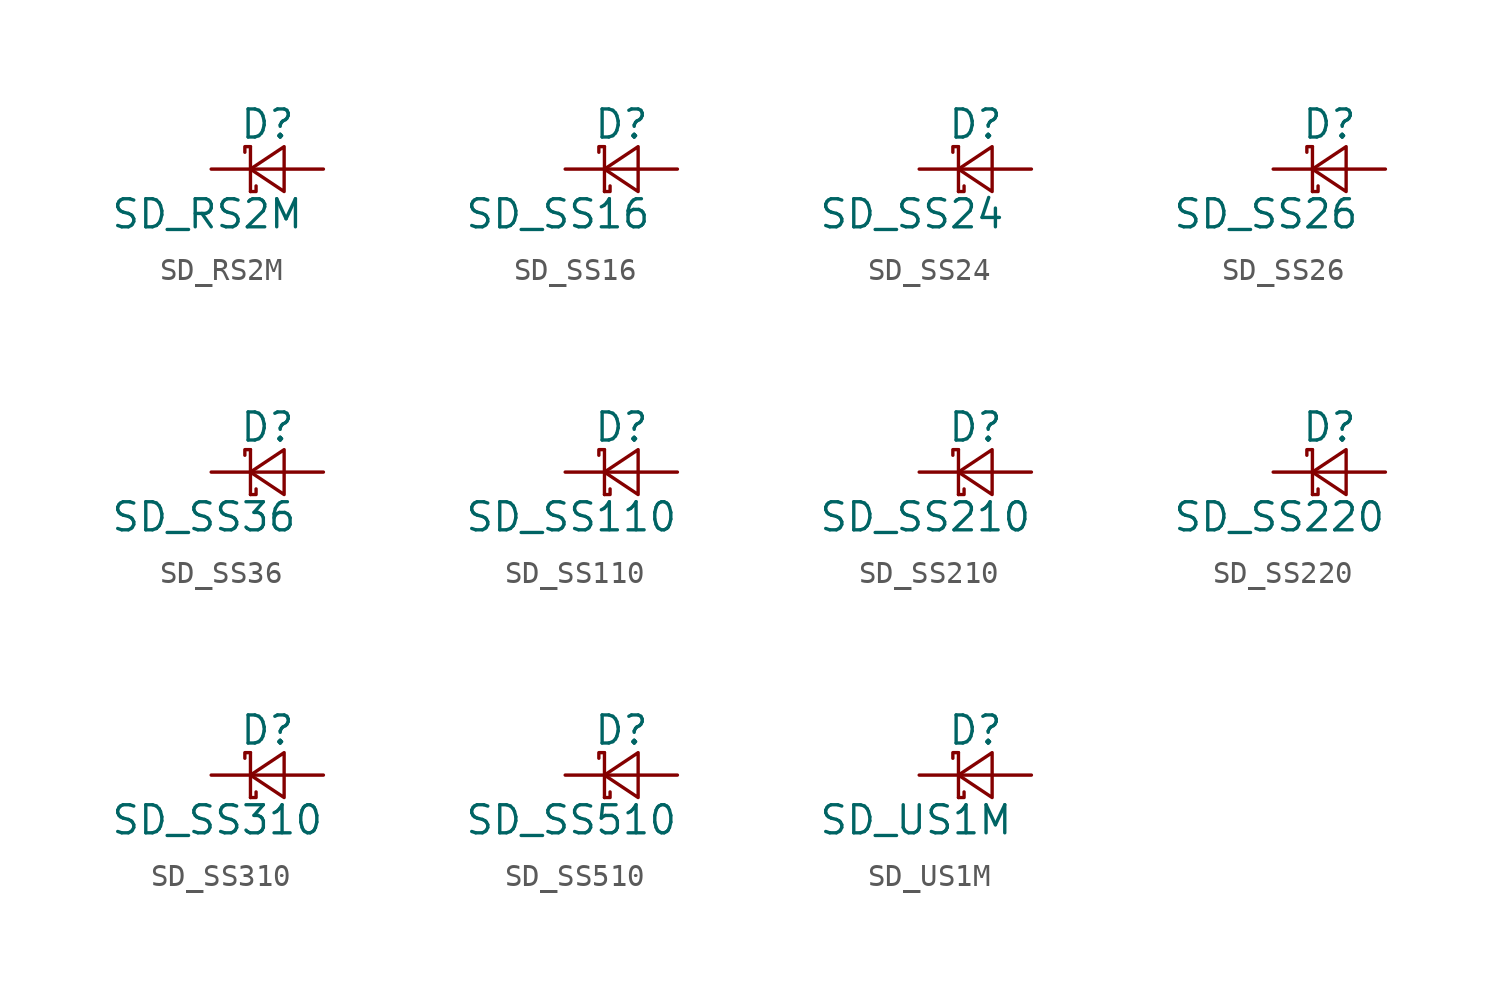
<source format=kicad_sym>
(kicad_symbol_lib
  (version 20211014)
  (generator kicad_symbol_editor)
  (symbol "SD_RS2M"
    (pin_numbers hide)
    (pin_names
      (offset 0.254) hide)
    (property "Reference" "D"
      (at -1.27 2.032 0)
      (effects (font (size 1.27 1.27)) (justify left)))
    (property "Value" "SD_RS2M"
      (at -7.112 -2.032 0)
      (effects (font (size 1.27 1.27)) (justify left)))
    (symbol "SD_RS2M_0_1"
      (polyline (pts (xy -0.762 -1.016) (xy -0.762 1.016)) (stroke (width 0) (type default) (color 0 0 0 0)) (fill (type none)))
      (polyline (pts (xy -0.762 0) (xy 0.762 0)) (stroke (width 0) (type default) (color 0 0 0 0)) (fill (type none)))
      (polyline (pts (xy -0.762 -1.016) (xy -0.508 -1.016) (xy -0.508 -0.762)) (stroke (width 0) (type default) (color 0 0 0 0)) (fill (type none)))
      (polyline (pts (xy -0.762 1.016) (xy -1.016 1.016) (xy -1.016 0.762)) (stroke (width 0) (type default) (color 0 0 0 0)) (fill (type none)))
      (polyline (pts (xy 0.762 -1.016) (xy -0.762 0) (xy 0.762 1.016) (xy 0.762 -1.016)) (stroke (width 0) (type default) (color 0 0 0 0)) (fill (type none))))
    (symbol "SD_RS2M_1_1"
      (pin passive line (at -2.54 0 0) (length 1.778) (name "K" (effects (font (size 1.27 1.27)))) (number "1" (effects (font (size 1.27 1.27)))))
      (pin passive line (at 2.54 0 180) (length 1.778) (name "A" (effects (font (size 1.27 1.27)))) (number "2" (effects (font (size 1.27 1.27)))))))
  (symbol "SD_SS16"
    (pin_numbers hide)
    (pin_names
      (offset 0.254) hide)
    (property "Reference" "D"
      (at -1.27 2.032 0)
      (effects (font (size 1.27 1.27)) (justify left)))
    (property "Value" "SD_SS16"
      (at -7.112 -2.032 0)
      (effects (font (size 1.27 1.27)) (justify left)))
    (symbol "SD_SS16_0_1"
      (polyline (pts (xy -0.762 -1.016) (xy -0.762 1.016)) (stroke (width 0) (type default) (color 0 0 0 0)) (fill (type none)))
      (polyline (pts (xy -0.762 0) (xy 0.762 0)) (stroke (width 0) (type default) (color 0 0 0 0)) (fill (type none)))
      (polyline (pts (xy -0.762 -1.016) (xy -0.508 -1.016) (xy -0.508 -0.762)) (stroke (width 0) (type default) (color 0 0 0 0)) (fill (type none)))
      (polyline (pts (xy -0.762 1.016) (xy -1.016 1.016) (xy -1.016 0.762)) (stroke (width 0) (type default) (color 0 0 0 0)) (fill (type none)))
      (polyline (pts (xy 0.762 -1.016) (xy -0.762 0) (xy 0.762 1.016) (xy 0.762 -1.016)) (stroke (width 0) (type default) (color 0 0 0 0)) (fill (type none))))
    (symbol "SD_SS16_1_1"
      (pin passive line (at -2.54 0 0) (length 1.778) (name "K" (effects (font (size 1.27 1.27)))) (number "1" (effects (font (size 1.27 1.27)))))
      (pin passive line (at 2.54 0 180) (length 1.778) (name "A" (effects (font (size 1.27 1.27)))) (number "2" (effects (font (size 1.27 1.27)))))))
  (symbol "SD_SS24"
    (pin_numbers hide)
    (pin_names
      (offset 0.254) hide)
    (property "Reference" "D"
      (at -1.27 2.032 0)
      (effects (font (size 1.27 1.27)) (justify left)))
    (property "Value" "SD_SS24"
      (at -7.112 -2.032 0)
      (effects (font (size 1.27 1.27)) (justify left)))
    (symbol "SD_SS24_0_1"
      (polyline (pts (xy -0.762 -1.016) (xy -0.762 1.016)) (stroke (width 0) (type default) (color 0 0 0 0)) (fill (type none)))
      (polyline (pts (xy -0.762 0) (xy 0.762 0)) (stroke (width 0) (type default) (color 0 0 0 0)) (fill (type none)))
      (polyline (pts (xy -0.762 -1.016) (xy -0.508 -1.016) (xy -0.508 -0.762)) (stroke (width 0) (type default) (color 0 0 0 0)) (fill (type none)))
      (polyline (pts (xy -0.762 1.016) (xy -1.016 1.016) (xy -1.016 0.762)) (stroke (width 0) (type default) (color 0 0 0 0)) (fill (type none)))
      (polyline (pts (xy 0.762 -1.016) (xy -0.762 0) (xy 0.762 1.016) (xy 0.762 -1.016)) (stroke (width 0) (type default) (color 0 0 0 0)) (fill (type none))))
    (symbol "SD_SS24_1_1"
      (pin passive line (at -2.54 0 0) (length 1.778) (name "K" (effects (font (size 1.27 1.27)))) (number "1" (effects (font (size 1.27 1.27)))))
      (pin passive line (at 2.54 0 180) (length 1.778) (name "A" (effects (font (size 1.27 1.27)))) (number "2" (effects (font (size 1.27 1.27)))))))
  (symbol "SD_SS26"
    (pin_numbers hide)
    (pin_names
      (offset 0.254) hide)
    (property "Reference" "D"
      (at -1.27 2.032 0)
      (effects (font (size 1.27 1.27)) (justify left)))
    (property "Value" "SD_SS26"
      (at -7.112 -2.032 0)
      (effects (font (size 1.27 1.27)) (justify left)))
    (symbol "SD_SS26_0_1"
      (polyline (pts (xy -0.762 -1.016) (xy -0.762 1.016)) (stroke (width 0) (type default) (color 0 0 0 0)) (fill (type none)))
      (polyline (pts (xy -0.762 0) (xy 0.762 0)) (stroke (width 0) (type default) (color 0 0 0 0)) (fill (type none)))
      (polyline (pts (xy -0.762 -1.016) (xy -0.508 -1.016) (xy -0.508 -0.762)) (stroke (width 0) (type default) (color 0 0 0 0)) (fill (type none)))
      (polyline (pts (xy -0.762 1.016) (xy -1.016 1.016) (xy -1.016 0.762)) (stroke (width 0) (type default) (color 0 0 0 0)) (fill (type none)))
      (polyline (pts (xy 0.762 -1.016) (xy -0.762 0) (xy 0.762 1.016) (xy 0.762 -1.016)) (stroke (width 0) (type default) (color 0 0 0 0)) (fill (type none))))
    (symbol "SD_SS26_1_1"
      (pin passive line (at -2.54 0 0) (length 1.778) (name "K" (effects (font (size 1.27 1.27)))) (number "1" (effects (font (size 1.27 1.27)))))
      (pin passive line (at 2.54 0 180) (length 1.778) (name "A" (effects (font (size 1.27 1.27)))) (number "2" (effects (font (size 1.27 1.27)))))))
  (symbol "SD_SS36"
    (pin_numbers hide)
    (pin_names
      (offset 0.254) hide)
    (property "Reference" "D"
      (at -1.27 2.032 0)
      (effects (font (size 1.27 1.27)) (justify left)))
    (property "Value" "SD_SS36"
      (at -7.112 -2.032 0)
      (effects (font (size 1.27 1.27)) (justify left)))
    (symbol "SD_SS36_0_1"
      (polyline (pts (xy -0.762 -1.016) (xy -0.762 1.016)) (stroke (width 0) (type default) (color 0 0 0 0)) (fill (type none)))
      (polyline (pts (xy -0.762 0) (xy 0.762 0)) (stroke (width 0) (type default) (color 0 0 0 0)) (fill (type none)))
      (polyline (pts (xy -0.762 -1.016) (xy -0.508 -1.016) (xy -0.508 -0.762)) (stroke (width 0) (type default) (color 0 0 0 0)) (fill (type none)))
      (polyline (pts (xy -0.762 1.016) (xy -1.016 1.016) (xy -1.016 0.762)) (stroke (width 0) (type default) (color 0 0 0 0)) (fill (type none)))
      (polyline (pts (xy 0.762 -1.016) (xy -0.762 0) (xy 0.762 1.016) (xy 0.762 -1.016)) (stroke (width 0) (type default) (color 0 0 0 0)) (fill (type none))))
    (symbol "SD_SS36_1_1"
      (pin passive line (at -2.54 0 0) (length 1.778) (name "K" (effects (font (size 1.27 1.27)))) (number "1" (effects (font (size 1.27 1.27)))))
      (pin passive line (at 2.54 0 180) (length 1.778) (name "A" (effects (font (size 1.27 1.27)))) (number "2" (effects (font (size 1.27 1.27)))))))
  (symbol "SD_SS110"
    (pin_numbers hide)
    (pin_names
      (offset 0.254) hide)
    (property "Reference" "D"
      (at -1.27 2.032 0)
      (effects (font (size 1.27 1.27)) (justify left)))
    (property "Value" "SD_SS110"
      (at -7.112 -2.032 0)
      (effects (font (size 1.27 1.27)) (justify left)))
    (symbol "SD_SS110_0_1"
      (polyline (pts (xy -0.762 -1.016) (xy -0.762 1.016)) (stroke (width 0) (type default) (color 0 0 0 0)) (fill (type none)))
      (polyline (pts (xy -0.762 0) (xy 0.762 0)) (stroke (width 0) (type default) (color 0 0 0 0)) (fill (type none)))
      (polyline (pts (xy -0.762 -1.016) (xy -0.508 -1.016) (xy -0.508 -0.762)) (stroke (width 0) (type default) (color 0 0 0 0)) (fill (type none)))
      (polyline (pts (xy -0.762 1.016) (xy -1.016 1.016) (xy -1.016 0.762)) (stroke (width 0) (type default) (color 0 0 0 0)) (fill (type none)))
      (polyline (pts (xy 0.762 -1.016) (xy -0.762 0) (xy 0.762 1.016) (xy 0.762 -1.016)) (stroke (width 0) (type default) (color 0 0 0 0)) (fill (type none))))
    (symbol "SD_SS110_1_1"
      (pin passive line (at -2.54 0 0) (length 1.778) (name "K" (effects (font (size 1.27 1.27)))) (number "1" (effects (font (size 1.27 1.27)))))
      (pin passive line (at 2.54 0 180) (length 1.778) (name "A" (effects (font (size 1.27 1.27)))) (number "2" (effects (font (size 1.27 1.27)))))))
  (symbol "SD_SS210"
    (pin_numbers hide)
    (pin_names
      (offset 0.254) hide)
    (property "Reference" "D"
      (at -1.27 2.032 0)
      (effects (font (size 1.27 1.27)) (justify left)))
    (property "Value" "SD_SS210"
      (at -7.112 -2.032 0)
      (effects (font (size 1.27 1.27)) (justify left)))
    (symbol "SD_SS210_0_1"
      (polyline (pts (xy -0.762 -1.016) (xy -0.762 1.016)) (stroke (width 0) (type default) (color 0 0 0 0)) (fill (type none)))
      (polyline (pts (xy -0.762 0) (xy 0.762 0)) (stroke (width 0) (type default) (color 0 0 0 0)) (fill (type none)))
      (polyline (pts (xy -0.762 -1.016) (xy -0.508 -1.016) (xy -0.508 -0.762)) (stroke (width 0) (type default) (color 0 0 0 0)) (fill (type none)))
      (polyline (pts (xy -0.762 1.016) (xy -1.016 1.016) (xy -1.016 0.762)) (stroke (width 0) (type default) (color 0 0 0 0)) (fill (type none)))
      (polyline (pts (xy 0.762 -1.016) (xy -0.762 0) (xy 0.762 1.016) (xy 0.762 -1.016)) (stroke (width 0) (type default) (color 0 0 0 0)) (fill (type none))))
    (symbol "SD_SS210_1_1"
      (pin passive line (at -2.54 0 0) (length 1.778) (name "K" (effects (font (size 1.27 1.27)))) (number "1" (effects (font (size 1.27 1.27)))))
      (pin passive line (at 2.54 0 180) (length 1.778) (name "A" (effects (font (size 1.27 1.27)))) (number "2" (effects (font (size 1.27 1.27)))))))
  (symbol "SD_SS220"
    (pin_numbers hide)
    (pin_names
      (offset 0.254) hide)
    (property "Reference" "D"
      (at -1.27 2.032 0)
      (effects (font (size 1.27 1.27)) (justify left)))
    (property "Value" "SD_SS220"
      (at -7.112 -2.032 0)
      (effects (font (size 1.27 1.27)) (justify left)))
    (symbol "SD_SS220_0_1"
      (polyline (pts (xy -0.762 -1.016) (xy -0.762 1.016)) (stroke (width 0) (type default) (color 0 0 0 0)) (fill (type none)))
      (polyline (pts (xy -0.762 0) (xy 0.762 0)) (stroke (width 0) (type default) (color 0 0 0 0)) (fill (type none)))
      (polyline (pts (xy -0.762 -1.016) (xy -0.508 -1.016) (xy -0.508 -0.762)) (stroke (width 0) (type default) (color 0 0 0 0)) (fill (type none)))
      (polyline (pts (xy -0.762 1.016) (xy -1.016 1.016) (xy -1.016 0.762)) (stroke (width 0) (type default) (color 0 0 0 0)) (fill (type none)))
      (polyline (pts (xy 0.762 -1.016) (xy -0.762 0) (xy 0.762 1.016) (xy 0.762 -1.016)) (stroke (width 0) (type default) (color 0 0 0 0)) (fill (type none))))
    (symbol "SD_SS220_1_1"
      (pin passive line (at -2.54 0 0) (length 1.778) (name "K" (effects (font (size 1.27 1.27)))) (number "1" (effects (font (size 1.27 1.27)))))
      (pin passive line (at 2.54 0 180) (length 1.778) (name "A" (effects (font (size 1.27 1.27)))) (number "2" (effects (font (size 1.27 1.27)))))))
  (symbol "SD_SS310"
    (pin_numbers hide)
    (pin_names
      (offset 0.254) hide)
    (property "Reference" "D"
      (at -1.27 2.032 0)
      (effects (font (size 1.27 1.27)) (justify left)))
    (property "Value" "SD_SS310"
      (at -7.112 -2.032 0)
      (effects (font (size 1.27 1.27)) (justify left)))
    (symbol "SD_SS310_0_1"
      (polyline (pts (xy -0.762 -1.016) (xy -0.762 1.016)) (stroke (width 0) (type default) (color 0 0 0 0)) (fill (type none)))
      (polyline (pts (xy -0.762 0) (xy 0.762 0)) (stroke (width 0) (type default) (color 0 0 0 0)) (fill (type none)))
      (polyline (pts (xy -0.762 -1.016) (xy -0.508 -1.016) (xy -0.508 -0.762)) (stroke (width 0) (type default) (color 0 0 0 0)) (fill (type none)))
      (polyline (pts (xy -0.762 1.016) (xy -1.016 1.016) (xy -1.016 0.762)) (stroke (width 0) (type default) (color 0 0 0 0)) (fill (type none)))
      (polyline (pts (xy 0.762 -1.016) (xy -0.762 0) (xy 0.762 1.016) (xy 0.762 -1.016)) (stroke (width 0) (type default) (color 0 0 0 0)) (fill (type none))))
    (symbol "SD_SS310_1_1"
      (pin passive line (at -2.54 0 0) (length 1.778) (name "K" (effects (font (size 1.27 1.27)))) (number "1" (effects (font (size 1.27 1.27)))))
      (pin passive line (at 2.54 0 180) (length 1.778) (name "A" (effects (font (size 1.27 1.27)))) (number "2" (effects (font (size 1.27 1.27)))))))
  (symbol "SD_SS510"
    (pin_numbers hide)
    (pin_names
      (offset 0.254) hide)
    (property "Reference" "D"
      (at -1.27 2.032 0)
      (effects (font (size 1.27 1.27)) (justify left)))
    (property "Value" "SD_SS510"
      (at -7.112 -2.032 0)
      (effects (font (size 1.27 1.27)) (justify left)))
    (symbol "SD_SS510_0_1"
      (polyline (pts (xy -0.762 -1.016) (xy -0.762 1.016)) (stroke (width 0) (type default) (color 0 0 0 0)) (fill (type none)))
      (polyline (pts (xy -0.762 0) (xy 0.762 0)) (stroke (width 0) (type default) (color 0 0 0 0)) (fill (type none)))
      (polyline (pts (xy -0.762 -1.016) (xy -0.508 -1.016) (xy -0.508 -0.762)) (stroke (width 0) (type default) (color 0 0 0 0)) (fill (type none)))
      (polyline (pts (xy -0.762 1.016) (xy -1.016 1.016) (xy -1.016 0.762)) (stroke (width 0) (type default) (color 0 0 0 0)) (fill (type none)))
      (polyline (pts (xy 0.762 -1.016) (xy -0.762 0) (xy 0.762 1.016) (xy 0.762 -1.016)) (stroke (width 0) (type default) (color 0 0 0 0)) (fill (type none))))
    (symbol "SD_SS510_1_1"
      (pin passive line (at -2.54 0 0) (length 1.778) (name "K" (effects (font (size 1.27 1.27)))) (number "1" (effects (font (size 1.27 1.27)))))
      (pin passive line (at 2.54 0 180) (length 1.778) (name "A" (effects (font (size 1.27 1.27)))) (number "2" (effects (font (size 1.27 1.27)))))))
  (symbol "SD_US1M"
    (pin_numbers hide)
    (pin_names
      (offset 0.254) hide)
    (property "Reference" "D"
      (at -1.27 2.032 0)
      (effects (font (size 1.27 1.27)) (justify left)))
    (property "Value" "SD_US1M"
      (at -7.112 -2.032 0)
      (effects (font (size 1.27 1.27)) (justify left)))
    (symbol "SD_US1M_0_1"
      (polyline (pts (xy -0.762 -1.016) (xy -0.762 1.016)) (stroke (width 0) (type default) (color 0 0 0 0)) (fill (type none)))
      (polyline (pts (xy -0.762 0) (xy 0.762 0)) (stroke (width 0) (type default) (color 0 0 0 0)) (fill (type none)))
      (polyline (pts (xy -0.762 -1.016) (xy -0.508 -1.016) (xy -0.508 -0.762)) (stroke (width 0) (type default) (color 0 0 0 0)) (fill (type none)))
      (polyline (pts (xy -0.762 1.016) (xy -1.016 1.016) (xy -1.016 0.762)) (stroke (width 0) (type default) (color 0 0 0 0)) (fill (type none)))
      (polyline (pts (xy 0.762 -1.016) (xy -0.762 0) (xy 0.762 1.016) (xy 0.762 -1.016)) (stroke (width 0) (type default) (color 0 0 0 0)) (fill (type none))))
    (symbol "SD_US1M_1_1"
      (pin passive line (at -2.54 0 0) (length 1.778) (name "K" (effects (font (size 1.27 1.27)))) (number "1" (effects (font (size 1.27 1.27)))))
      (pin passive line (at 2.54 0 180) (length 1.778) (name "A" (effects (font (size 1.27 1.27)))) (number "2" (effects (font (size 1.27 1.27))))))))
</source>
